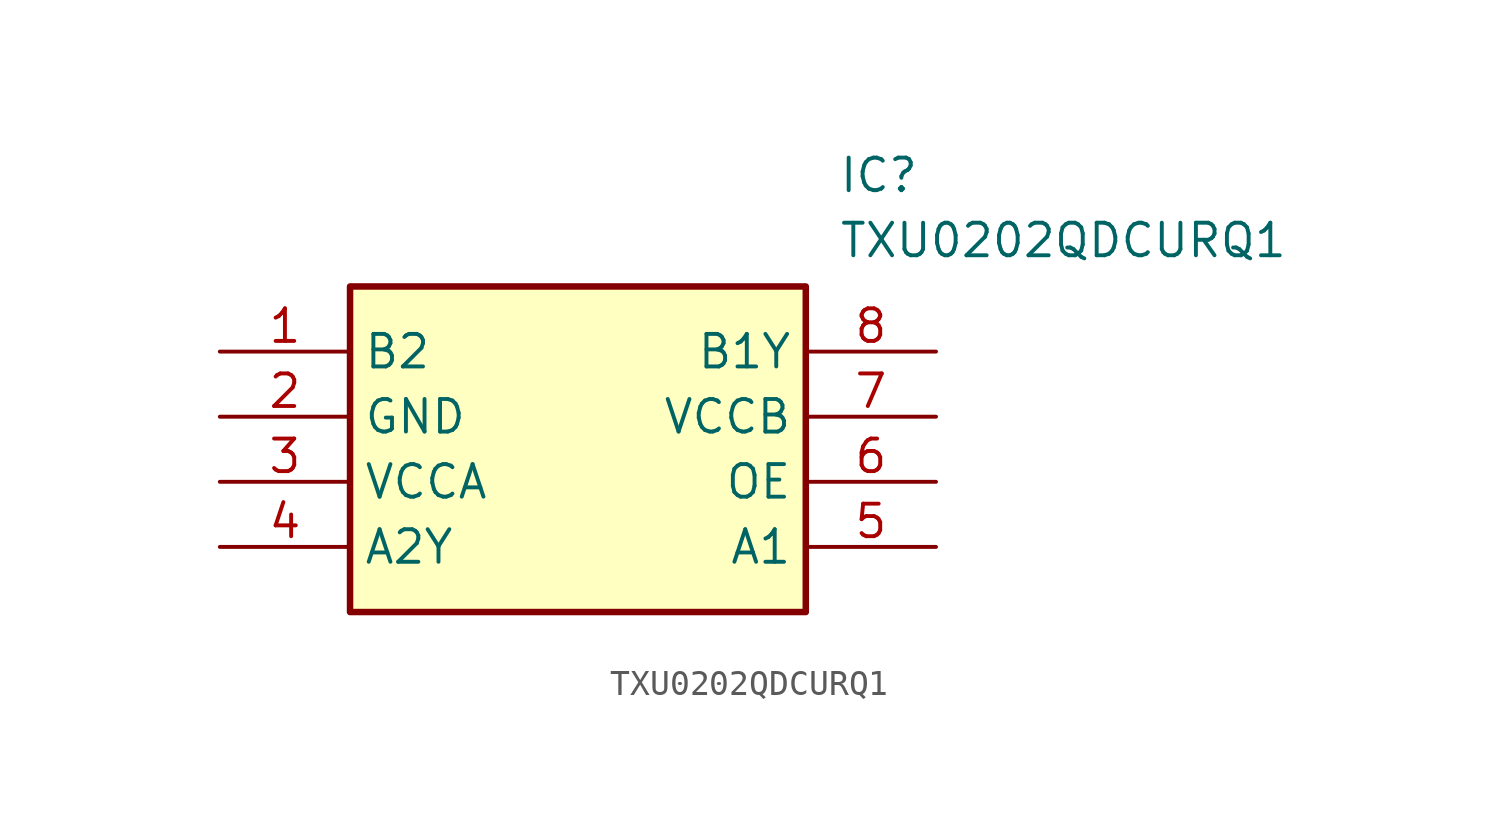
<source format=kicad_sym>
(kicad_symbol_lib
  (version 20211014)
  (generator SamacSys_ECAD_Model)
  (symbol "TXU0202QDCURQ1"
    (property "Reference" "IC"
      (at 24.13 7.62 0)
      (effects (font (size 1.27 1.27)) (justify left top)))
    (property "Value" "TXU0202QDCURQ1"
      (at 24.13 5.08 0)
      (effects (font (size 1.27 1.27)) (justify left top)))
    (rectangle
      (start 5.08 2.54)
      (end 22.86 -10.16)
      (stroke (width 0.254) (type default))
      (fill (type background)))
    (pin input line
      (at 0 0 0)
      (length 5.08)
      (name "B2" (effects (font (size 1.27 1.27))))
      (number "1" (effects (font (size 1.27 1.27)))))
    (pin power_in line
      (at 0 -2.54 0)
      (length 5.08)
      (name "GND" (effects (font (size 1.27 1.27))))
      (number "2" (effects (font (size 1.27 1.27)))))
    (pin power_in line
      (at 0 -5.08 0)
      (length 5.08)
      (name "VCCA" (effects (font (size 1.27 1.27))))
      (number "3" (effects (font (size 1.27 1.27)))))
    (pin output line
      (at 0 -7.62 0)
      (length 5.08)
      (name "A2Y" (effects (font (size 1.27 1.27))))
      (number "4" (effects (font (size 1.27 1.27)))))
    (pin output line
      (at 27.94 0 180)
      (length 5.08)
      (name "B1Y" (effects (font (size 1.27 1.27))))
      (number "8" (effects (font (size 1.27 1.27)))))
    (pin power_in line
      (at 27.94 -2.54 180)
      (length 5.08)
      (name "VCCB" (effects (font (size 1.27 1.27))))
      (number "7" (effects (font (size 1.27 1.27)))))
    (pin input line
      (at 27.94 -5.08 180)
      (length 5.08)
      (name "OE" (effects (font (size 1.27 1.27))))
      (number "6" (effects (font (size 1.27 1.27)))))
    (pin input line
      (at 27.94 -7.62 180)
      (length 5.08)
      (name "A1" (effects (font (size 1.27 1.27))))
      (number "5" (effects (font (size 1.27 1.27)))))))
</source>
